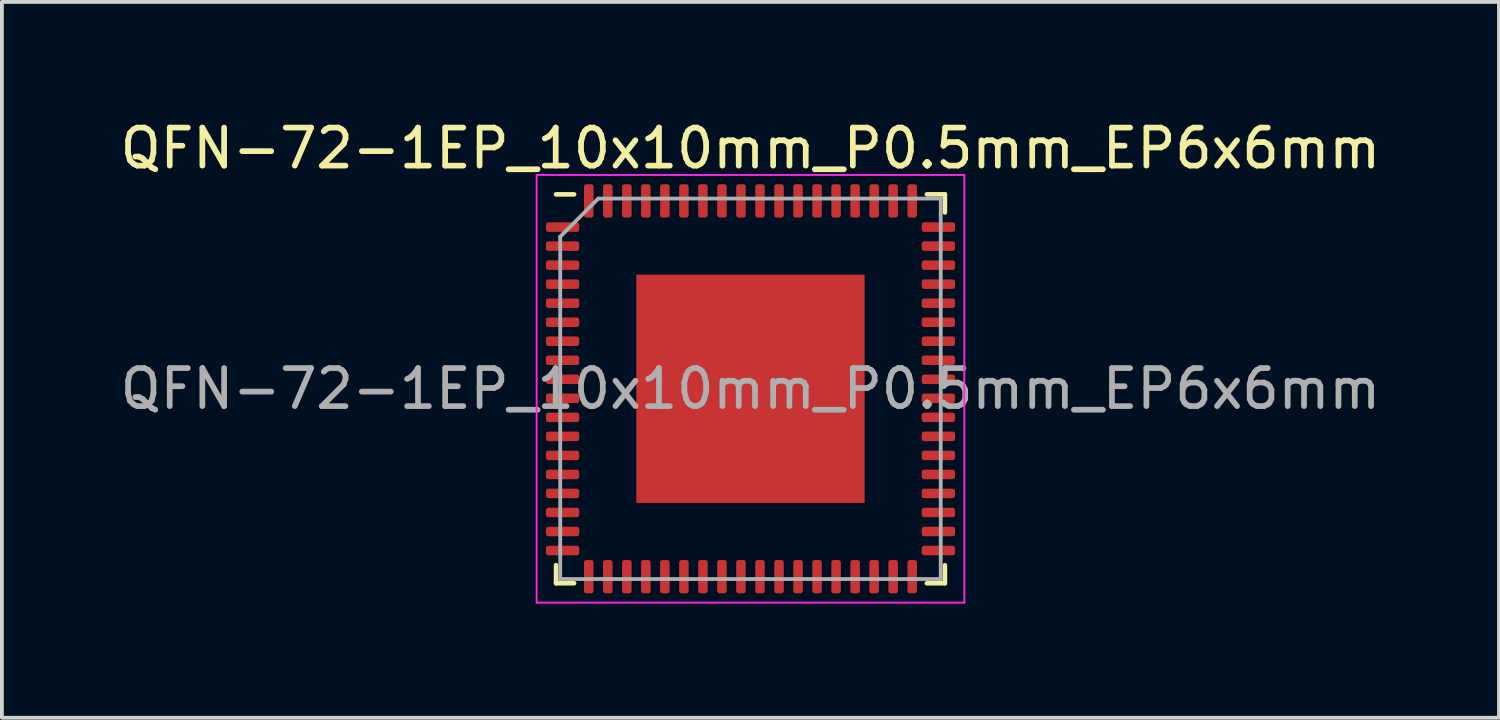
<source format=kicad_pcb>
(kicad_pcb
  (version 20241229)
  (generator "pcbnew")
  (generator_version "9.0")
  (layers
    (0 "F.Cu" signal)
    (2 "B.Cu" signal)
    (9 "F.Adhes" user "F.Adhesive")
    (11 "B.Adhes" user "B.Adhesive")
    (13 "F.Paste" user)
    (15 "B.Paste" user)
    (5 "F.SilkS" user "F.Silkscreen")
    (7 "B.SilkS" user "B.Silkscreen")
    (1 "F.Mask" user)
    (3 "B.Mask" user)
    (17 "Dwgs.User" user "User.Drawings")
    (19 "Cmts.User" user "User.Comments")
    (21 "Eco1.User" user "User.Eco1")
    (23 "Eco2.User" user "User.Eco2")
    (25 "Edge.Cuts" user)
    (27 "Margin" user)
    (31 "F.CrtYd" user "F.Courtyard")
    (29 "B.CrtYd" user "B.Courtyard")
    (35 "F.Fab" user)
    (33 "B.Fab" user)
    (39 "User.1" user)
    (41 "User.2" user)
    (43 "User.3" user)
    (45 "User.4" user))
  (footprint "QFN-72-1EP_10x10mm_P0.5mm_EP6x6mm"
    (layer "F.Cu")
    (at 16.673 7.168)
    (property "Reference" "QFN-72-1EP_10x10mm_P0.5mm_EP6x6mm" (at 0 -6.32 0) (layer "F.SilkS") (effects (font (size 1 1) (thickness 0.15))))
    (attr smd)
    (fp_line (start -5.11 5.11) (end -5.11 4.635) (stroke (width 0.12) (type solid)) (layer "F.SilkS"))
    (fp_line (start -4.635 -5.11) (end -5.11 -5.11) (stroke (width 0.12) (type solid)) (layer "F.SilkS"))
    (fp_line (start -4.635 5.11) (end -5.11 5.11) (stroke (width 0.12) (type solid)) (layer "F.SilkS"))
    (fp_line (start 4.635 -5.11) (end 5.11 -5.11) (stroke (width 0.12) (type solid)) (layer "F.SilkS"))
    (fp_line (start 4.635 5.11) (end 5.11 5.11) (stroke (width 0.12) (type solid)) (layer "F.SilkS"))
    (fp_line (start 5.11 -5.11) (end 5.11 -4.635) (stroke (width 0.12) (type solid)) (layer "F.SilkS"))
    (fp_line (start 5.11 5.11) (end 5.11 4.635) (stroke (width 0.12) (type solid)) (layer "F.SilkS"))
    (fp_line (start -5.62 -5.62) (end -5.62 5.62) (stroke (width 0.05) (type solid)) (layer "F.CrtYd"))
    (fp_line (start -5.62 5.62) (end 5.62 5.62) (stroke (width 0.05) (type solid)) (layer "F.CrtYd"))
    (fp_line (start 5.62 -5.62) (end -5.62 -5.62) (stroke (width 0.05) (type solid)) (layer "F.CrtYd"))
    (fp_line (start 5.62 5.62) (end 5.62 -5.62) (stroke (width 0.05) (type solid)) (layer "F.CrtYd"))
    (fp_line (start -5 -4) (end -4 -5) (stroke (width 0.1) (type solid)) (layer "F.Fab"))
    (fp_line (start -5 5) (end -5 -4) (stroke (width 0.1) (type solid)) (layer "F.Fab"))
    (fp_line (start -4 -5) (end 5 -5) (stroke (width 0.1) (type solid)) (layer "F.Fab"))
    (fp_line (start 5 -5) (end 5 5) (stroke (width 0.1) (type solid)) (layer "F.Fab"))
    (fp_line (start 5 5) (end -5 5) (stroke (width 0.1) (type solid)) (layer "F.Fab"))
    (fp_text user "${REFERENCE}" (at 0 0 0) (layer "F.Fab") (effects (font (size 1 1) (thickness 0.15))))
    (pad "" smd roundrect (at -2 -2) (size 1.61 1.61) (layers "F.Paste") (roundrect_rratio 0.155))
    (pad "" smd roundrect (at -2 0) (size 1.61 1.61) (layers "F.Paste") (roundrect_rratio 0.155))
    (pad "" smd roundrect (at -2 2) (size 1.61 1.61) (layers "F.Paste") (roundrect_rratio 0.155))
    (pad "" smd roundrect (at 0 -2) (size 1.61 1.61) (layers "F.Paste") (roundrect_rratio 0.155))
    (pad "" smd roundrect (at 0 0) (size 1.61 1.61) (layers "F.Paste") (roundrect_rratio 0.155))
    (pad "" smd roundrect (at 0 2) (size 1.61 1.61) (layers "F.Paste") (roundrect_rratio 0.155))
    (pad "" smd roundrect (at 2 -2) (size 1.61 1.61) (layers "F.Paste") (roundrect_rratio 0.155))
    (pad "" smd roundrect (at 2 0) (size 1.61 1.61) (layers "F.Paste") (roundrect_rratio 0.155))
    (pad "" smd roundrect (at 2 2) (size 1.61 1.61) (layers "F.Paste") (roundrect_rratio 0.155))
    (pad "1" smd roundrect (at -4.938 -4.25) (size 0.875 0.25) (layers "F.Cu" "F.Mask" "F.Paste") (roundrect_rratio 0.25))
    (pad "2" smd roundrect (at -4.938 -3.75) (size 0.875 0.25) (layers "F.Cu" "F.Mask" "F.Paste") (roundrect_rratio 0.25))
    (pad "3" smd roundrect (at -4.938 -3.25) (size 0.875 0.25) (layers "F.Cu" "F.Mask" "F.Paste") (roundrect_rratio 0.25))
    (pad "4" smd roundrect (at -4.938 -2.75) (size 0.875 0.25) (layers "F.Cu" "F.Mask" "F.Paste") (roundrect_rratio 0.25))
    (pad "5" smd roundrect (at -4.938 -2.25) (size 0.875 0.25) (layers "F.Cu" "F.Mask" "F.Paste") (roundrect_rratio 0.25))
    (pad "6" smd roundrect (at -4.938 -1.75) (size 0.875 0.25) (layers "F.Cu" "F.Mask" "F.Paste") (roundrect_rratio 0.25))
    (pad "7" smd roundrect (at -4.938 -1.25) (size 0.875 0.25) (layers "F.Cu" "F.Mask" "F.Paste") (roundrect_rratio 0.25))
    (pad "8" smd roundrect (at -4.938 -0.75) (size 0.875 0.25) (layers "F.Cu" "F.Mask" "F.Paste") (roundrect_rratio 0.25))
    (pad "9" smd roundrect (at -4.938 -0.25) (size 0.875 0.25) (layers "F.Cu" "F.Mask" "F.Paste") (roundrect_rratio 0.25))
    (pad "10" smd roundrect (at -4.938 0.25) (size 0.875 0.25) (layers "F.Cu" "F.Mask" "F.Paste") (roundrect_rratio 0.25))
    (pad "11" smd roundrect (at -4.938 0.75) (size 0.875 0.25) (layers "F.Cu" "F.Mask" "F.Paste") (roundrect_rratio 0.25))
    (pad "12" smd roundrect (at -4.938 1.25) (size 0.875 0.25) (layers "F.Cu" "F.Mask" "F.Paste") (roundrect_rratio 0.25))
    (pad "13" smd roundrect (at -4.938 1.75) (size 0.875 0.25) (layers "F.Cu" "F.Mask" "F.Paste") (roundrect_rratio 0.25))
    (pad "14" smd roundrect (at -4.938 2.25) (size 0.875 0.25) (layers "F.Cu" "F.Mask" "F.Paste") (roundrect_rratio 0.25))
    (pad "15" smd roundrect (at -4.938 2.75) (size 0.875 0.25) (layers "F.Cu" "F.Mask" "F.Paste") (roundrect_rratio 0.25))
    (pad "16" smd roundrect (at -4.938 3.25) (size 0.875 0.25) (layers "F.Cu" "F.Mask" "F.Paste") (roundrect_rratio 0.25))
    (pad "17" smd roundrect (at -4.938 3.75) (size 0.875 0.25) (layers "F.Cu" "F.Mask" "F.Paste") (roundrect_rratio 0.25))
    (pad "18" smd roundrect (at -4.938 4.25) (size 0.875 0.25) (layers "F.Cu" "F.Mask" "F.Paste") (roundrect_rratio 0.25))
    (pad "19" smd roundrect (at -4.25 4.938) (size 0.25 0.875) (layers "F.Cu" "F.Mask" "F.Paste") (roundrect_rratio 0.25))
    (pad "20" smd roundrect (at -3.75 4.938) (size 0.25 0.875) (layers "F.Cu" "F.Mask" "F.Paste") (roundrect_rratio 0.25))
    (pad "21" smd roundrect (at -3.25 4.938) (size 0.25 0.875) (layers "F.Cu" "F.Mask" "F.Paste") (roundrect_rratio 0.25))
    (pad "22" smd roundrect (at -2.75 4.938) (size 0.25 0.875) (layers "F.Cu" "F.Mask" "F.Paste") (roundrect_rratio 0.25))
    (pad "23" smd roundrect (at -2.25 4.938) (size 0.25 0.875) (layers "F.Cu" "F.Mask" "F.Paste") (roundrect_rratio 0.25))
    (pad "24" smd roundrect (at -1.75 4.938) (size 0.25 0.875) (layers "F.Cu" "F.Mask" "F.Paste") (roundrect_rratio 0.25))
    (pad "25" smd roundrect (at -1.25 4.938) (size 0.25 0.875) (layers "F.Cu" "F.Mask" "F.Paste") (roundrect_rratio 0.25))
    (pad "26" smd roundrect (at -0.75 4.938) (size 0.25 0.875) (layers "F.Cu" "F.Mask" "F.Paste") (roundrect_rratio 0.25))
    (pad "27" smd roundrect (at -0.25 4.938) (size 0.25 0.875) (layers "F.Cu" "F.Mask" "F.Paste") (roundrect_rratio 0.25))
    (pad "28" smd roundrect (at 0.25 4.938) (size 0.25 0.875) (layers "F.Cu" "F.Mask" "F.Paste") (roundrect_rratio 0.25))
    (pad "29" smd roundrect (at 0.75 4.938) (size 0.25 0.875) (layers "F.Cu" "F.Mask" "F.Paste") (roundrect_rratio 0.25))
    (pad "30" smd roundrect (at 1.25 4.938) (size 0.25 0.875) (layers "F.Cu" "F.Mask" "F.Paste") (roundrect_rratio 0.25))
    (pad "31" smd roundrect (at 1.75 4.938) (size 0.25 0.875) (layers "F.Cu" "F.Mask" "F.Paste") (roundrect_rratio 0.25))
    (pad "32" smd roundrect (at 2.25 4.938) (size 0.25 0.875) (layers "F.Cu" "F.Mask" "F.Paste") (roundrect_rratio 0.25))
    (pad "33" smd roundrect (at 2.75 4.938) (size 0.25 0.875) (layers "F.Cu" "F.Mask" "F.Paste") (roundrect_rratio 0.25))
    (pad "34" smd roundrect (at 3.25 4.938) (size 0.25 0.875) (layers "F.Cu" "F.Mask" "F.Paste") (roundrect_rratio 0.25))
    (pad "35" smd roundrect (at 3.75 4.938) (size 0.25 0.875) (layers "F.Cu" "F.Mask" "F.Paste") (roundrect_rratio 0.25))
    (pad "36" smd roundrect (at 4.25 4.938) (size 0.25 0.875) (layers "F.Cu" "F.Mask" "F.Paste") (roundrect_rratio 0.25))
    (pad "37" smd roundrect (at 4.938 4.25) (size 0.875 0.25) (layers "F.Cu" "F.Mask" "F.Paste") (roundrect_rratio 0.25))
    (pad "38" smd roundrect (at 4.938 3.75) (size 0.875 0.25) (layers "F.Cu" "F.Mask" "F.Paste") (roundrect_rratio 0.25))
    (pad "39" smd roundrect (at 4.938 3.25) (size 0.875 0.25) (layers "F.Cu" "F.Mask" "F.Paste") (roundrect_rratio 0.25))
    (pad "40" smd roundrect (at 4.938 2.75) (size 0.875 0.25) (layers "F.Cu" "F.Mask" "F.Paste") (roundrect_rratio 0.25))
    (pad "41" smd roundrect (at 4.938 2.25) (size 0.875 0.25) (layers "F.Cu" "F.Mask" "F.Paste") (roundrect_rratio 0.25))
    (pad "42" smd roundrect (at 4.938 1.75) (size 0.875 0.25) (layers "F.Cu" "F.Mask" "F.Paste") (roundrect_rratio 0.25))
    (pad "43" smd roundrect (at 4.938 1.25) (size 0.875 0.25) (layers "F.Cu" "F.Mask" "F.Paste") (roundrect_rratio 0.25))
    (pad "44" smd roundrect (at 4.938 0.75) (size 0.875 0.25) (layers "F.Cu" "F.Mask" "F.Paste") (roundrect_rratio 0.25))
    (pad "45" smd roundrect (at 4.938 0.25) (size 0.875 0.25) (layers "F.Cu" "F.Mask" "F.Paste") (roundrect_rratio 0.25))
    (pad "46" smd roundrect (at 4.938 -0.25) (size 0.875 0.25) (layers "F.Cu" "F.Mask" "F.Paste") (roundrect_rratio 0.25))
    (pad "47" smd roundrect (at 4.938 -0.75) (size 0.875 0.25) (layers "F.Cu" "F.Mask" "F.Paste") (roundrect_rratio 0.25))
    (pad "48" smd roundrect (at 4.938 -1.25) (size 0.875 0.25) (layers "F.Cu" "F.Mask" "F.Paste") (roundrect_rratio 0.25))
    (pad "49" smd roundrect (at 4.938 -1.75) (size 0.875 0.25) (layers "F.Cu" "F.Mask" "F.Paste") (roundrect_rratio 0.25))
    (pad "50" smd roundrect (at 4.938 -2.25) (size 0.875 0.25) (layers "F.Cu" "F.Mask" "F.Paste") (roundrect_rratio 0.25))
    (pad "51" smd roundrect (at 4.938 -2.75) (size 0.875 0.25) (layers "F.Cu" "F.Mask" "F.Paste") (roundrect_rratio 0.25))
    (pad "52" smd roundrect (at 4.938 -3.25) (size 0.875 0.25) (layers "F.Cu" "F.Mask" "F.Paste") (roundrect_rratio 0.25))
    (pad "53" smd roundrect (at 4.938 -3.75) (size 0.875 0.25) (layers "F.Cu" "F.Mask" "F.Paste") (roundrect_rratio 0.25))
    (pad "54" smd roundrect (at 4.938 -4.25) (size 0.875 0.25) (layers "F.Cu" "F.Mask" "F.Paste") (roundrect_rratio 0.25))
    (pad "55" smd roundrect (at 4.25 -4.938) (size 0.25 0.875) (layers "F.Cu" "F.Mask" "F.Paste") (roundrect_rratio 0.25))
    (pad "56" smd roundrect (at 3.75 -4.938) (size 0.25 0.875) (layers "F.Cu" "F.Mask" "F.Paste") (roundrect_rratio 0.25))
    (pad "57" smd roundrect (at 3.25 -4.938) (size 0.25 0.875) (layers "F.Cu" "F.Mask" "F.Paste") (roundrect_rratio 0.25))
    (pad "58" smd roundrect (at 2.75 -4.938) (size 0.25 0.875) (layers "F.Cu" "F.Mask" "F.Paste") (roundrect_rratio 0.25))
    (pad "59" smd roundrect (at 2.25 -4.938) (size 0.25 0.875) (layers "F.Cu" "F.Mask" "F.Paste") (roundrect_rratio 0.25))
    (pad "60" smd roundrect (at 1.75 -4.938) (size 0.25 0.875) (layers "F.Cu" "F.Mask" "F.Paste") (roundrect_rratio 0.25))
    (pad "61" smd roundrect (at 1.25 -4.938) (size 0.25 0.875) (layers "F.Cu" "F.Mask" "F.Paste") (roundrect_rratio 0.25))
    (pad "62" smd roundrect (at 0.75 -4.938) (size 0.25 0.875) (layers "F.Cu" "F.Mask" "F.Paste") (roundrect_rratio 0.25))
    (pad "63" smd roundrect (at 0.25 -4.938) (size 0.25 0.875) (layers "F.Cu" "F.Mask" "F.Paste") (roundrect_rratio 0.25))
    (pad "64" smd roundrect (at -0.25 -4.938) (size 0.25 0.875) (layers "F.Cu" "F.Mask" "F.Paste") (roundrect_rratio 0.25))
    (pad "65" smd roundrect (at -0.75 -4.938) (size 0.25 0.875) (layers "F.Cu" "F.Mask" "F.Paste") (roundrect_rratio 0.25))
    (pad "66" smd roundrect (at -1.25 -4.938) (size 0.25 0.875) (layers "F.Cu" "F.Mask" "F.Paste") (roundrect_rratio 0.25))
    (pad "67" smd roundrect (at -1.75 -4.938) (size 0.25 0.875) (layers "F.Cu" "F.Mask" "F.Paste") (roundrect_rratio 0.25))
    (pad "68" smd roundrect (at -2.25 -4.938) (size 0.25 0.875) (layers "F.Cu" "F.Mask" "F.Paste") (roundrect_rratio 0.25))
    (pad "69" smd roundrect (at -2.75 -4.938) (size 0.25 0.875) (layers "F.Cu" "F.Mask" "F.Paste") (roundrect_rratio 0.25))
    (pad "70" smd roundrect (at -3.25 -4.938) (size 0.25 0.875) (layers "F.Cu" "F.Mask" "F.Paste") (roundrect_rratio 0.25))
    (pad "71" smd roundrect (at -3.75 -4.938) (size 0.25 0.875) (layers "F.Cu" "F.Mask" "F.Paste") (roundrect_rratio 0.25))
    (pad "72" smd roundrect (at -4.25 -4.938) (size 0.25 0.875) (layers "F.Cu" "F.Mask" "F.Paste") (roundrect_rratio 0.25))
    (pad "73" smd rect (at 0 0) (size 6 6) (layers "F.Cu" "F.Mask")))
  (gr_rect
    (start -3 -3)
    (end 36.345 15.813)
    (stroke (width 0.1) (type default))
    (fill no)
    (layer "Edge.Cuts")))
</source>
